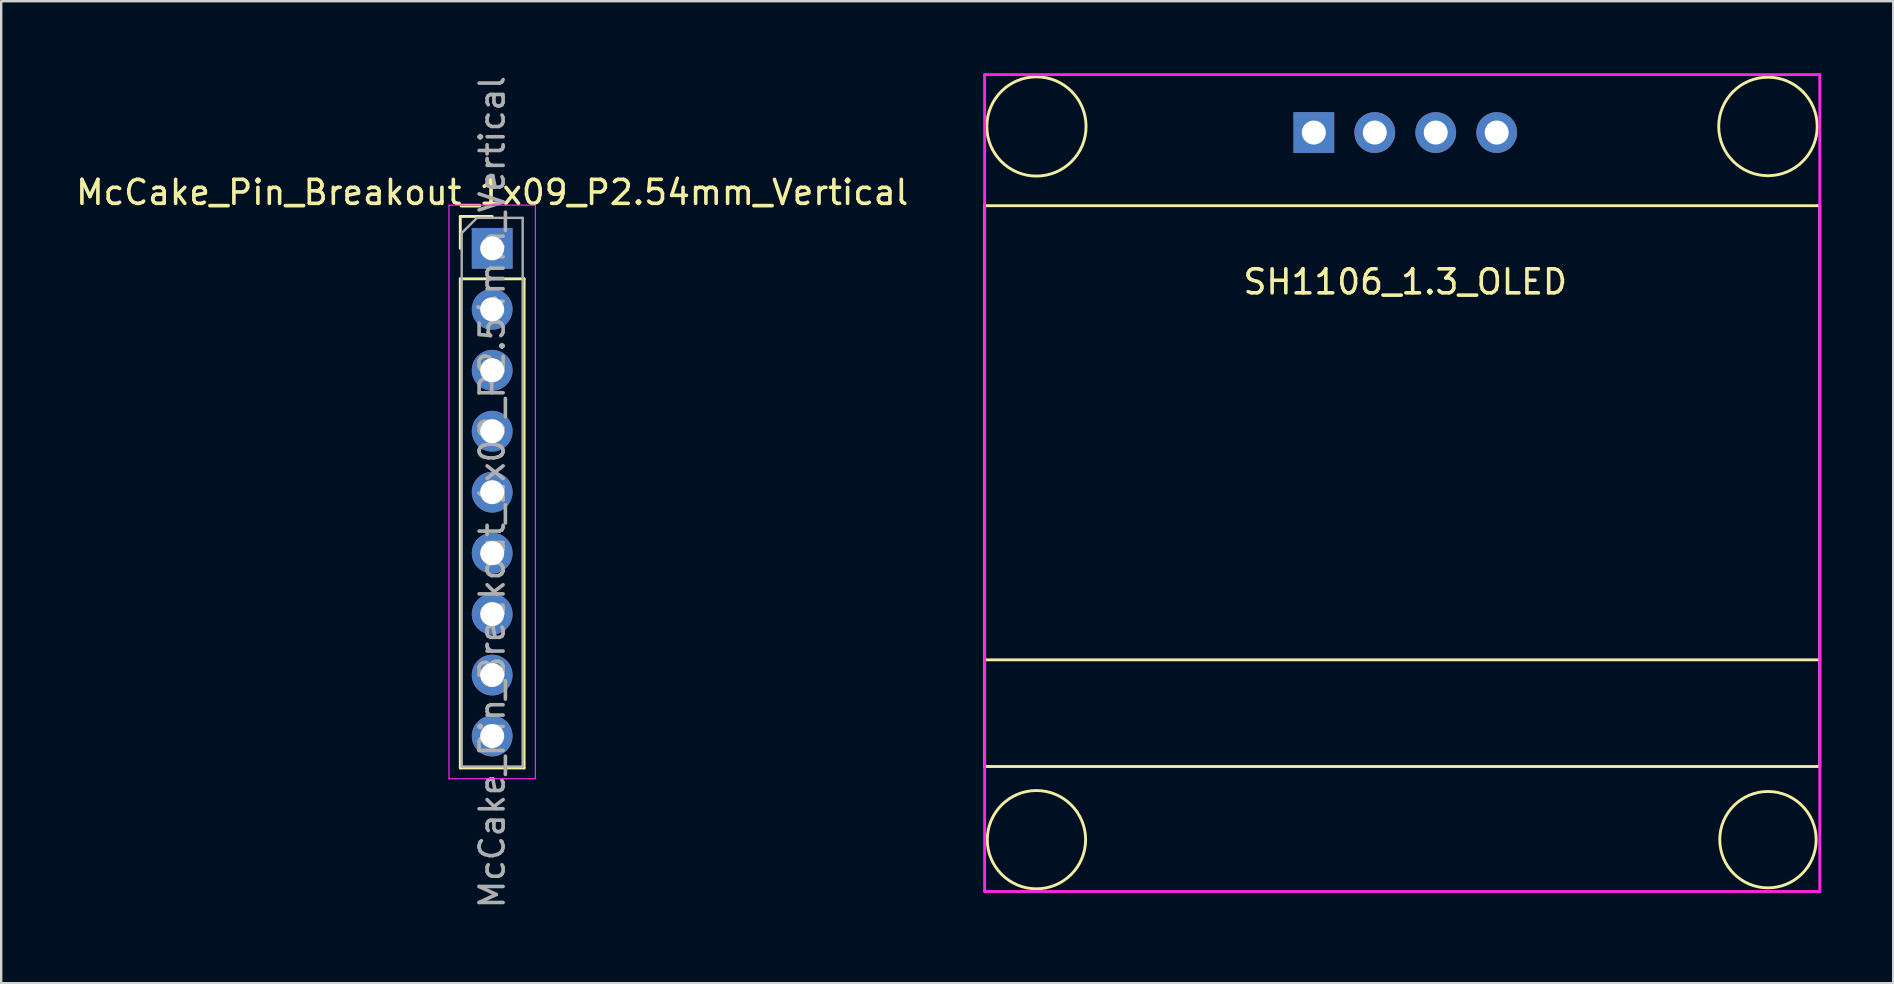
<source format=kicad_pcb>
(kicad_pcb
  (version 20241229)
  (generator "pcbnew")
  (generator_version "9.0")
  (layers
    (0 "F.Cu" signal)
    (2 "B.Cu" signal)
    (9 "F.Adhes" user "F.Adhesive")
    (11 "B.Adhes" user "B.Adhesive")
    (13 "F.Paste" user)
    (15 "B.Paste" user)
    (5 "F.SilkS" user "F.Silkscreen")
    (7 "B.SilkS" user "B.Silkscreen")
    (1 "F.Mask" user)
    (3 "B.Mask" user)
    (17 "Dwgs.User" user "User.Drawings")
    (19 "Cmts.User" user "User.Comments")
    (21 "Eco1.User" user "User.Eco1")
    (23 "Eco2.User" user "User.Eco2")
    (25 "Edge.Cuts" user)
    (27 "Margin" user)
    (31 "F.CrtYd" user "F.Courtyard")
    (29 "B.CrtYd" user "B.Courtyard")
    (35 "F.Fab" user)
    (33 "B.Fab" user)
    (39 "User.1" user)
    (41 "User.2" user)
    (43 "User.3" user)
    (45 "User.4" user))
  (footprint "McCake_Pin_Breakout_1x09_P2.54mm_Vertical"
    (layer "F.Cu")
    (at 17.458 7.298)
    (property "Reference" "McCake_Pin_Breakout_1x09_P2.54mm_Vertical" (at 0 -2.33 0) (layer "F.SilkS") (effects (font (size 1 1) (thickness 0.15))))
    (attr through_hole)
    (fp_line (start -1.33 -1.33) (end 0 -1.33) (stroke (width 0.12) (type solid)) (layer "F.SilkS"))
    (fp_line (start -1.33 0) (end -1.33 -1.33) (stroke (width 0.12) (type solid)) (layer "F.SilkS"))
    (fp_line (start -1.33 1.27) (end -1.33 21.65) (stroke (width 0.12) (type solid)) (layer "F.SilkS"))
    (fp_line (start -1.33 1.27) (end 1.33 1.27) (stroke (width 0.12) (type solid)) (layer "F.SilkS"))
    (fp_line (start -1.33 21.65) (end 1.33 21.65) (stroke (width 0.12) (type solid)) (layer "F.SilkS"))
    (fp_line (start 1.33 1.27) (end 1.33 21.65) (stroke (width 0.12) (type solid)) (layer "F.SilkS"))
    (fp_line (start -1.8 -1.8) (end -1.8 22.1) (stroke (width 0.05) (type solid)) (layer "F.CrtYd"))
    (fp_line (start -1.8 22.1) (end 1.8 22.1) (stroke (width 0.05) (type solid)) (layer "F.CrtYd"))
    (fp_line (start 1.8 -1.8) (end -1.8 -1.8) (stroke (width 0.05) (type solid)) (layer "F.CrtYd"))
    (fp_line (start 1.8 22.1) (end 1.8 -1.8) (stroke (width 0.05) (type solid)) (layer "F.CrtYd"))
    (fp_line (start -1.27 -0.635) (end -0.635 -1.27) (stroke (width 0.1) (type solid)) (layer "F.Fab"))
    (fp_line (start -1.27 21.59) (end -1.27 -0.635) (stroke (width 0.1) (type solid)) (layer "F.Fab"))
    (fp_line (start -0.635 -1.27) (end 1.27 -1.27) (stroke (width 0.1) (type solid)) (layer "F.Fab"))
    (fp_line (start 1.27 -1.27) (end 1.27 21.59) (stroke (width 0.1) (type solid)) (layer "F.Fab"))
    (fp_line (start 1.27 21.59) (end -1.27 21.59) (stroke (width 0.1) (type solid)) (layer "F.Fab"))
    (fp_text user "${REFERENCE}" (at 0 10.16 90) (layer "F.Fab") (effects (font (size 1 1) (thickness 0.15))))
    (pad "3.3V" thru_hole oval (at 0 5.08) (size 1.7 1.7) (drill 1) (layers "*.Cu" "*.Mask"))
    (pad "B1" thru_hole oval (at 0 10.16) (size 1.7 1.7) (drill 1) (layers "*.Cu" "*.Mask"))
    (pad "B2" thru_hole oval (at 0 12.7) (size 1.7 1.7) (drill 1) (layers "*.Cu" "*.Mask"))
    (pad "B3" thru_hole oval (at 0 15.24) (size 1.7 1.7) (drill 1) (layers "*.Cu" "*.Mask"))
    (pad "B4" thru_hole oval (at 0 17.78) (size 1.7 1.7) (drill 1) (layers "*.Cu" "*.Mask"))
    (pad "ENC" thru_hole oval (at 0 20.32) (size 1.7 1.7) (drill 1) (layers "*.Cu" "*.Mask"))
    (pad "GND" thru_hole oval (at 0 7.62) (size 1.7 1.7) (drill 1) (layers "*.Cu" "*.Mask"))
    (pad "SCL" thru_hole oval (at 0 2.54) (size 1.7 1.7) (drill 1) (layers "*.Cu" "*.Mask"))
    (pad "SDA" thru_hole rect (at 0 0) (size 1.7 1.7) (drill 1) (layers "*.Cu" "*.Mask")))
  (footprint "SH1106_1.3_OLED"
    (layer "F.Cu")
    (at 46.105 3.87)
    (property "Reference" "SH1106_1.3_OLED" (at 9.398 4.826 0) (layer "F.SilkS") (effects (font (size 1 1) (thickness 0.15))))
    (attr through_hole)
    (fp_line (start -8.128 1.651) (end -8.128 25.019) (stroke (width 0.12) (type solid)) (layer "F.SilkS"))
    (fp_line (start -8.128 1.651) (end 26.67 1.651) (stroke (width 0.12) (type solid)) (layer "F.SilkS"))
    (fp_line (start -8.128 20.574) (end 26.67 20.574) (stroke (width 0.12) (type solid)) (layer "F.SilkS"))
    (fp_line (start -8.128 25.019) (end 26.67 25.019) (stroke (width 0.12) (type solid)) (layer "F.SilkS"))
    (fp_line (start 26.67 25.019) (end 26.67 1.651) (stroke (width 0.12) (type solid)) (layer "F.SilkS"))
    (fp_circle (center -5.969 -1.651) (end -3.937 -1.27) (stroke (width 0.12) (type solid)) (fill no) (layer "F.SilkS"))
    (fp_circle (center -5.969 28.067) (end -4.191 29.083) (stroke (width 0.12) (type solid)) (fill no) (layer "F.SilkS"))
    (fp_circle (center 24.511 -1.651) (end 26.416 -0.889) (stroke (width 0.12) (type solid)) (fill no) (layer "F.SilkS"))
    (fp_circle (center 24.511 28.067) (end 26.162 29.21) (stroke (width 0.12) (type solid)) (fill no) (layer "F.SilkS"))
    (fp_line (start -8.128 -3.81) (end 26.67 -3.81) (stroke (width 0.12) (type solid)) (layer "F.CrtYd"))
    (fp_line (start -8.128 30.226) (end -8.128 -3.81) (stroke (width 0.12) (type solid)) (layer "F.CrtYd"))
    (fp_line (start 26.67 -3.81) (end 26.67 30.226) (stroke (width 0.12) (type solid)) (layer "F.CrtYd"))
    (fp_line (start 26.67 30.226) (end -8.128 30.226) (stroke (width 0.12) (type solid)) (layer "F.CrtYd"))
    (pad "GND" thru_hole circle (at 8.128 -1.397) (size 1.7 1.7) (drill 1) (layers "*.Cu" "*.Mask"))
    (pad "SCL" thru_hole circle (at 10.668 -1.397) (size 1.7 1.7) (drill 1) (layers "*.Cu" "*.Mask"))
    (pad "SDA" thru_hole circle (at 13.208 -1.397) (size 1.7 1.7) (drill 1) (layers "*.Cu" "*.Mask"))
    (pad "VCC" thru_hole rect (at 5.588 -1.397) (size 1.7 1.7) (drill 1) (layers "*.Cu" "*.Mask")))
  (gr_rect
    (start -3 -3)
    (end 75.835 37.917)
    (stroke (width 0.1) (type default))
    (fill no)
    (layer "Edge.Cuts")))
</source>
